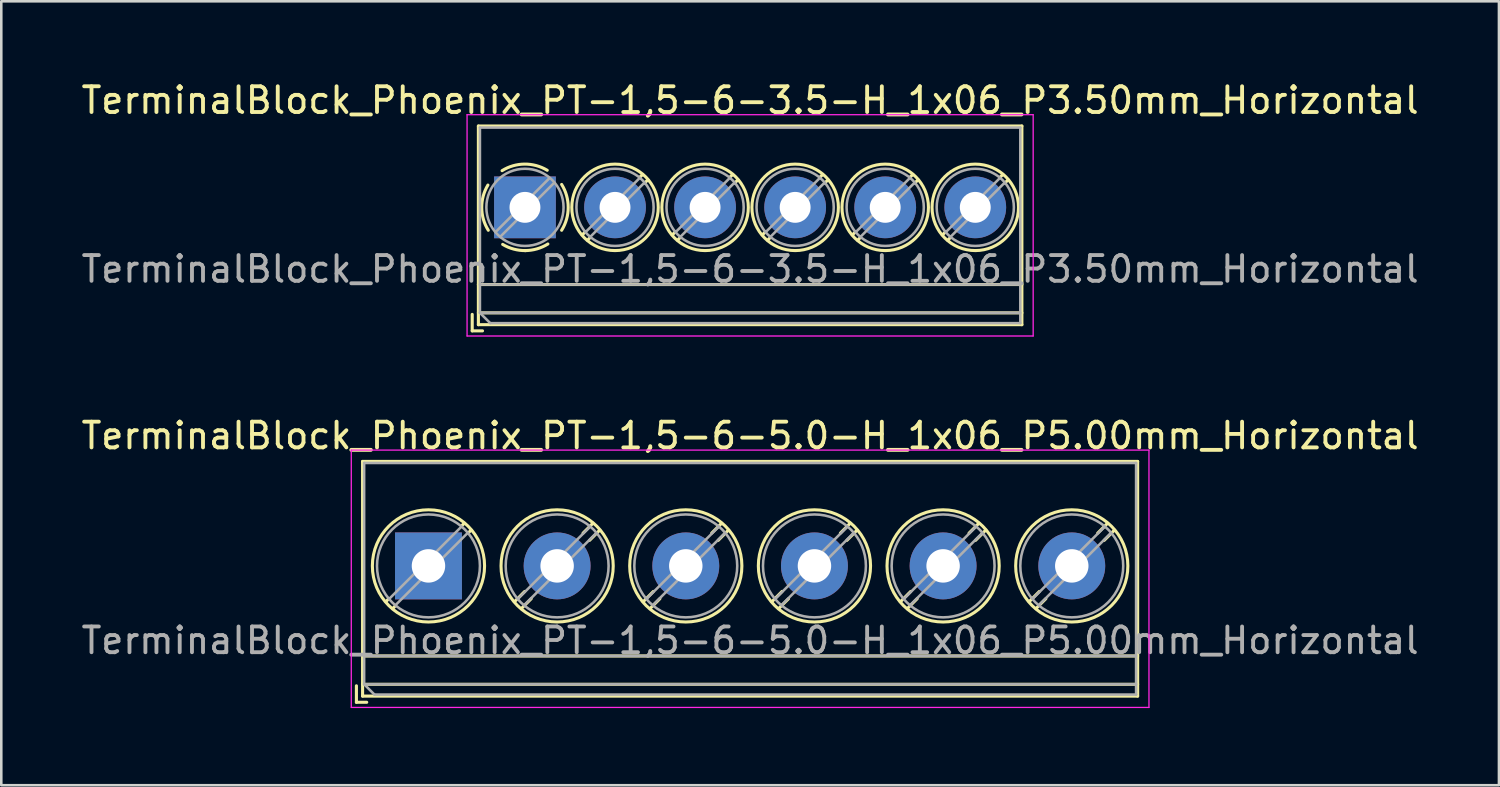
<source format=kicad_pcb>
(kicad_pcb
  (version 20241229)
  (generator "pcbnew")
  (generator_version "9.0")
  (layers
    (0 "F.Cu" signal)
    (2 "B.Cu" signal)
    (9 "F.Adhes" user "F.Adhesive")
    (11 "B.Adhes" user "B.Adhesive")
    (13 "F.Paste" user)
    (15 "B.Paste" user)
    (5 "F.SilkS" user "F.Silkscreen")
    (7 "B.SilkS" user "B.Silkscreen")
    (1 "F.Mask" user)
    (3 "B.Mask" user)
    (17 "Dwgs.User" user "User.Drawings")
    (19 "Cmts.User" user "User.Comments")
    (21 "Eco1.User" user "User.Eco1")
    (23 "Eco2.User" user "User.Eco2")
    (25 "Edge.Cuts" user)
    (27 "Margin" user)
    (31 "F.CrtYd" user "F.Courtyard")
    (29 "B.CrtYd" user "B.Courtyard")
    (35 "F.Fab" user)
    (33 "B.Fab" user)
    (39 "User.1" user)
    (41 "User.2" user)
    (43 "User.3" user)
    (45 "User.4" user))
  (footprint "TerminalBlock_Phoenix_PT-1,5-6-3.5-H_1x06_P3.50mm_Horizontal"
    (layer "F.Cu")
    (at 17.351 5.008)
    (property "Reference" "TerminalBlock_Phoenix_PT-1,5-6-3.5-H_1x06_P3.50mm_Horizontal" (at 8.75 -4.16 0) (layer "F.SilkS") (effects (font (size 1 1) (thickness 0.15))))
    (attr through_hole)
    (fp_line (start -2.05 4.16) (end -2.05 4.8) (stroke (width 0.12) (type solid)) (layer "F.SilkS"))
    (fp_line (start -2.05 4.8) (end -1.65 4.8) (stroke (width 0.12) (type solid)) (layer "F.SilkS"))
    (fp_line (start -1.81 -3.16) (end -1.81 4.56) (stroke (width 0.12) (type solid)) (layer "F.SilkS"))
    (fp_line (start -1.81 -3.16) (end 19.311 -3.16) (stroke (width 0.12) (type solid)) (layer "F.SilkS"))
    (fp_line (start -1.81 3) (end 19.311 3) (stroke (width 0.12) (type solid)) (layer "F.SilkS"))
    (fp_line (start -1.81 4.1) (end 19.311 4.1) (stroke (width 0.12) (type solid)) (layer "F.SilkS"))
    (fp_line (start -1.81 4.56) (end 19.311 4.56) (stroke (width 0.12) (type solid)) (layer "F.SilkS"))
    (fp_line (start 2.355 0.941) (end 2.226 1.069) (stroke (width 0.12) (type solid)) (layer "F.SilkS"))
    (fp_line (start 2.525 1.181) (end 2.431 1.274) (stroke (width 0.12) (type solid)) (layer "F.SilkS"))
    (fp_line (start 4.57 -1.275) (end 4.476 -1.181) (stroke (width 0.12) (type solid)) (layer "F.SilkS"))
    (fp_line (start 4.775 -1.069) (end 4.646 -0.941) (stroke (width 0.12) (type solid)) (layer "F.SilkS"))
    (fp_line (start 5.855 0.941) (end 5.726 1.069) (stroke (width 0.12) (type solid)) (layer "F.SilkS"))
    (fp_line (start 6.025 1.181) (end 5.931 1.274) (stroke (width 0.12) (type solid)) (layer "F.SilkS"))
    (fp_line (start 8.07 -1.275) (end 7.976 -1.181) (stroke (width 0.12) (type solid)) (layer "F.SilkS"))
    (fp_line (start 8.275 -1.069) (end 8.146 -0.941) (stroke (width 0.12) (type solid)) (layer "F.SilkS"))
    (fp_line (start 9.355 0.941) (end 9.226 1.069) (stroke (width 0.12) (type solid)) (layer "F.SilkS"))
    (fp_line (start 9.525 1.181) (end 9.431 1.274) (stroke (width 0.12) (type solid)) (layer "F.SilkS"))
    (fp_line (start 11.57 -1.275) (end 11.476 -1.181) (stroke (width 0.12) (type solid)) (layer "F.SilkS"))
    (fp_line (start 11.775 -1.069) (end 11.646 -0.941) (stroke (width 0.12) (type solid)) (layer "F.SilkS"))
    (fp_line (start 12.855 0.941) (end 12.726 1.069) (stroke (width 0.12) (type solid)) (layer "F.SilkS"))
    (fp_line (start 13.025 1.181) (end 12.931 1.274) (stroke (width 0.12) (type solid)) (layer "F.SilkS"))
    (fp_line (start 15.07 -1.275) (end 14.976 -1.181) (stroke (width 0.12) (type solid)) (layer "F.SilkS"))
    (fp_line (start 15.275 -1.069) (end 15.146 -0.941) (stroke (width 0.12) (type solid)) (layer "F.SilkS"))
    (fp_line (start 16.355 0.941) (end 16.226 1.069) (stroke (width 0.12) (type solid)) (layer "F.SilkS"))
    (fp_line (start 16.525 1.181) (end 16.431 1.274) (stroke (width 0.12) (type solid)) (layer "F.SilkS"))
    (fp_line (start 18.57 -1.275) (end 18.476 -1.181) (stroke (width 0.12) (type solid)) (layer "F.SilkS"))
    (fp_line (start 18.775 -1.069) (end 18.646 -0.941) (stroke (width 0.12) (type solid)) (layer "F.SilkS"))
    (fp_line (start 19.311 -3.16) (end 19.311 4.56) (stroke (width 0.12) (type solid)) (layer "F.SilkS"))
    (fp_arc (start -1.425358 0.889894) (mid -1.680286 0.014012) (end -1.44 -0.866) (stroke (width 0.12) (type solid)) (layer "F.SilkS"))
    (fp_arc (start -0.889894 -1.425358) (mid -0.014012 -1.680286) (end 0.866 -1.44) (stroke (width 0.12) (type solid)) (layer "F.SilkS"))
    (fp_arc (start 0.028674 1.680099) (mid -0.435535 1.622918) (end -0.866 1.44) (stroke (width 0.12) (type solid)) (layer "F.SilkS"))
    (fp_arc (start 0.890264 1.424721) (mid 0.463071 1.61492) (end 0 1.68) (stroke (width 0.12) (type solid)) (layer "F.SilkS"))
    (fp_arc (start 1.425504 -0.890193) (mid 1.680626 0.000476) (end 1.425 0.891) (stroke (width 0.12) (type solid)) (layer "F.SilkS"))
    (fp_circle (center 3.5 0) (end 5.18 0) (stroke (width 0.12) (type solid)) (fill no) (layer "F.SilkS"))
    (fp_circle (center 7 0) (end 8.68 0) (stroke (width 0.12) (type solid)) (fill no) (layer "F.SilkS"))
    (fp_circle (center 10.5 0) (end 12.18 0) (stroke (width 0.12) (type solid)) (fill no) (layer "F.SilkS"))
    (fp_circle (center 14 0) (end 15.68 0) (stroke (width 0.12) (type solid)) (fill no) (layer "F.SilkS"))
    (fp_circle (center 17.5 0) (end 19.18 0) (stroke (width 0.12) (type solid)) (fill no) (layer "F.SilkS"))
    (fp_line (start -2.25 -3.6) (end -2.25 5) (stroke (width 0.05) (type solid)) (layer "F.CrtYd"))
    (fp_line (start -2.25 5) (end 19.75 5) (stroke (width 0.05) (type solid)) (layer "F.CrtYd"))
    (fp_line (start 19.75 -3.6) (end -2.25 -3.6) (stroke (width 0.05) (type solid)) (layer "F.CrtYd"))
    (fp_line (start 19.75 5) (end 19.75 -3.6) (stroke (width 0.05) (type solid)) (layer "F.CrtYd"))
    (fp_line (start -1.75 -3.1) (end 19.25 -3.1) (stroke (width 0.1) (type solid)) (layer "F.Fab"))
    (fp_line (start -1.75 3) (end 19.25 3) (stroke (width 0.1) (type solid)) (layer "F.Fab"))
    (fp_line (start -1.75 4.1) (end -1.75 -3.1) (stroke (width 0.1) (type solid)) (layer "F.Fab"))
    (fp_line (start -1.75 4.1) (end 19.25 4.1) (stroke (width 0.1) (type solid)) (layer "F.Fab"))
    (fp_line (start -1.35 4.5) (end -1.75 4.1) (stroke (width 0.1) (type solid)) (layer "F.Fab"))
    (fp_line (start 0.955 -1.138) (end -1.138 0.955) (stroke (width 0.1) (type solid)) (layer "F.Fab"))
    (fp_line (start 1.138 -0.955) (end -0.955 1.138) (stroke (width 0.1) (type solid)) (layer "F.Fab"))
    (fp_line (start 4.455 -1.138) (end 2.363 0.955) (stroke (width 0.1) (type solid)) (layer "F.Fab"))
    (fp_line (start 4.638 -0.955) (end 2.546 1.138) (stroke (width 0.1) (type solid)) (layer "F.Fab"))
    (fp_line (start 7.955 -1.138) (end 5.863 0.955) (stroke (width 0.1) (type solid)) (layer "F.Fab"))
    (fp_line (start 8.138 -0.955) (end 6.046 1.138) (stroke (width 0.1) (type solid)) (layer "F.Fab"))
    (fp_line (start 11.455 -1.138) (end 9.363 0.955) (stroke (width 0.1) (type solid)) (layer "F.Fab"))
    (fp_line (start 11.638 -0.955) (end 9.546 1.138) (stroke (width 0.1) (type solid)) (layer "F.Fab"))
    (fp_line (start 14.955 -1.138) (end 12.863 0.955) (stroke (width 0.1) (type solid)) (layer "F.Fab"))
    (fp_line (start 15.138 -0.955) (end 13.046 1.138) (stroke (width 0.1) (type solid)) (layer "F.Fab"))
    (fp_line (start 18.455 -1.138) (end 16.363 0.955) (stroke (width 0.1) (type solid)) (layer "F.Fab"))
    (fp_line (start 18.638 -0.955) (end 16.546 1.138) (stroke (width 0.1) (type solid)) (layer "F.Fab"))
    (fp_line (start 19.25 -3.1) (end 19.25 4.5) (stroke (width 0.1) (type solid)) (layer "F.Fab"))
    (fp_line (start 19.25 4.5) (end -1.35 4.5) (stroke (width 0.1) (type solid)) (layer "F.Fab"))
    (fp_circle (center 0 0) (end 1.5 0) (stroke (width 0.1) (type solid)) (fill no) (layer "F.Fab"))
    (fp_circle (center 3.5 0) (end 5 0) (stroke (width 0.1) (type solid)) (fill no) (layer "F.Fab"))
    (fp_circle (center 7 0) (end 8.5 0) (stroke (width 0.1) (type solid)) (fill no) (layer "F.Fab"))
    (fp_circle (center 10.5 0) (end 12 0) (stroke (width 0.1) (type solid)) (fill no) (layer "F.Fab"))
    (fp_circle (center 14 0) (end 15.5 0) (stroke (width 0.1) (type solid)) (fill no) (layer "F.Fab"))
    (fp_circle (center 17.5 0) (end 19 0) (stroke (width 0.1) (type solid)) (fill no) (layer "F.Fab"))
    (fp_text user "${REFERENCE}" (at 8.75 2.4 0) (layer "F.Fab") (effects (font (size 1 1) (thickness 0.15))))
    (pad "1" thru_hole rect (at 0 0) (size 2.4 2.4) (drill 1.2) (layers "*.Cu" "*.Mask"))
    (pad "2" thru_hole circle (at 3.5 0) (size 2.4 2.4) (drill 1.2) (layers "*.Cu" "*.Mask"))
    (pad "3" thru_hole circle (at 7 0) (size 2.4 2.4) (drill 1.2) (layers "*.Cu" "*.Mask"))
    (pad "4" thru_hole circle (at 10.5 0) (size 2.4 2.4) (drill 1.2) (layers "*.Cu" "*.Mask"))
    (pad "5" thru_hole circle (at 14 0) (size 2.4 2.4) (drill 1.2) (layers "*.Cu" "*.Mask"))
    (pad "6" thru_hole circle (at 17.5 0) (size 2.4 2.4) (drill 1.2) (layers "*.Cu" "*.Mask")))
  (footprint "TerminalBlock_Phoenix_PT-1,5-6-5.0-H_1x06_P5.00mm_Horizontal"
    (layer "F.Cu")
    (at 13.601 18.942)
    (property "Reference" "TerminalBlock_Phoenix_PT-1,5-6-5.0-H_1x06_P5.00mm_Horizontal" (at 12.5 -5.06 0) (layer "F.SilkS") (effects (font (size 1 1) (thickness 0.15))))
    (attr through_hole)
    (fp_line (start -2.8 4.66) (end -2.8 5.3) (stroke (width 0.12) (type solid)) (layer "F.SilkS"))
    (fp_line (start -2.8 5.3) (end -2.4 5.3) (stroke (width 0.12) (type solid)) (layer "F.SilkS"))
    (fp_line (start -2.56 -4.06) (end -2.56 5.06) (stroke (width 0.12) (type solid)) (layer "F.SilkS"))
    (fp_line (start -2.56 -4.06) (end 27.56 -4.06) (stroke (width 0.12) (type solid)) (layer "F.SilkS"))
    (fp_line (start -2.56 3.5) (end 27.56 3.5) (stroke (width 0.12) (type solid)) (layer "F.SilkS"))
    (fp_line (start -2.56 4.6) (end 27.56 4.6) (stroke (width 0.12) (type solid)) (layer "F.SilkS"))
    (fp_line (start -2.56 5.06) (end 27.56 5.06) (stroke (width 0.12) (type solid)) (layer "F.SilkS"))
    (fp_line (start -1.548 1.281) (end -1.654 1.388) (stroke (width 0.12) (type solid)) (layer "F.SilkS"))
    (fp_line (start -1.282 1.547) (end -1.388 1.654) (stroke (width 0.12) (type solid)) (layer "F.SilkS"))
    (fp_line (start 1.388 -1.654) (end 1.281 -1.547) (stroke (width 0.12) (type solid)) (layer "F.SilkS"))
    (fp_line (start 1.654 -1.388) (end 1.547 -1.281) (stroke (width 0.12) (type solid)) (layer "F.SilkS"))
    (fp_line (start 3.742 0.992) (end 3.347 1.388) (stroke (width 0.12) (type solid)) (layer "F.SilkS"))
    (fp_line (start 3.993 1.274) (end 3.613 1.654) (stroke (width 0.12) (type solid)) (layer "F.SilkS"))
    (fp_line (start 6.388 -1.654) (end 6.008 -1.274) (stroke (width 0.12) (type solid)) (layer "F.SilkS"))
    (fp_line (start 6.654 -1.388) (end 6.259 -0.992) (stroke (width 0.12) (type solid)) (layer "F.SilkS"))
    (fp_line (start 8.742 0.992) (end 8.347 1.388) (stroke (width 0.12) (type solid)) (layer "F.SilkS"))
    (fp_line (start 8.993 1.274) (end 8.613 1.654) (stroke (width 0.12) (type solid)) (layer "F.SilkS"))
    (fp_line (start 11.388 -1.654) (end 11.008 -1.274) (stroke (width 0.12) (type solid)) (layer "F.SilkS"))
    (fp_line (start 11.654 -1.388) (end 11.259 -0.992) (stroke (width 0.12) (type solid)) (layer "F.SilkS"))
    (fp_line (start 13.742 0.992) (end 13.347 1.388) (stroke (width 0.12) (type solid)) (layer "F.SilkS"))
    (fp_line (start 13.993 1.274) (end 13.613 1.654) (stroke (width 0.12) (type solid)) (layer "F.SilkS"))
    (fp_line (start 16.388 -1.654) (end 16.008 -1.274) (stroke (width 0.12) (type solid)) (layer "F.SilkS"))
    (fp_line (start 16.654 -1.388) (end 16.259 -0.992) (stroke (width 0.12) (type solid)) (layer "F.SilkS"))
    (fp_line (start 18.742 0.992) (end 18.347 1.388) (stroke (width 0.12) (type solid)) (layer "F.SilkS"))
    (fp_line (start 18.993 1.274) (end 18.613 1.654) (stroke (width 0.12) (type solid)) (layer "F.SilkS"))
    (fp_line (start 21.388 -1.654) (end 21.008 -1.274) (stroke (width 0.12) (type solid)) (layer "F.SilkS"))
    (fp_line (start 21.654 -1.388) (end 21.259 -0.992) (stroke (width 0.12) (type solid)) (layer "F.SilkS"))
    (fp_line (start 23.742 0.992) (end 23.347 1.388) (stroke (width 0.12) (type solid)) (layer "F.SilkS"))
    (fp_line (start 23.993 1.274) (end 23.613 1.654) (stroke (width 0.12) (type solid)) (layer "F.SilkS"))
    (fp_line (start 26.388 -1.654) (end 26.008 -1.274) (stroke (width 0.12) (type solid)) (layer "F.SilkS"))
    (fp_line (start 26.654 -1.388) (end 26.259 -0.992) (stroke (width 0.12) (type solid)) (layer "F.SilkS"))
    (fp_line (start 27.56 -4.06) (end 27.56 5.06) (stroke (width 0.12) (type solid)) (layer "F.SilkS"))
    (fp_circle (center 0 0) (end 2.18 0) (stroke (width 0.12) (type solid)) (fill no) (layer "F.SilkS"))
    (fp_circle (center 5 0) (end 7.18 0) (stroke (width 0.12) (type solid)) (fill no) (layer "F.SilkS"))
    (fp_circle (center 10 0) (end 12.18 0) (stroke (width 0.12) (type solid)) (fill no) (layer "F.SilkS"))
    (fp_circle (center 15 0) (end 17.18 0) (stroke (width 0.12) (type solid)) (fill no) (layer "F.SilkS"))
    (fp_circle (center 20 0) (end 22.18 0) (stroke (width 0.12) (type solid)) (fill no) (layer "F.SilkS"))
    (fp_circle (center 25 0) (end 27.18 0) (stroke (width 0.12) (type solid)) (fill no) (layer "F.SilkS"))
    (fp_line (start -3 -4.5) (end -3 5.5) (stroke (width 0.05) (type solid)) (layer "F.CrtYd"))
    (fp_line (start -3 5.5) (end 28 5.5) (stroke (width 0.05) (type solid)) (layer "F.CrtYd"))
    (fp_line (start 28 -4.5) (end -3 -4.5) (stroke (width 0.05) (type solid)) (layer "F.CrtYd"))
    (fp_line (start 28 5.5) (end 28 -4.5) (stroke (width 0.05) (type solid)) (layer "F.CrtYd"))
    (fp_line (start -2.5 -4) (end 27.5 -4) (stroke (width 0.1) (type solid)) (layer "F.Fab"))
    (fp_line (start -2.5 3.5) (end 27.5 3.5) (stroke (width 0.1) (type solid)) (layer "F.Fab"))
    (fp_line (start -2.5 4.6) (end -2.5 -4) (stroke (width 0.1) (type solid)) (layer "F.Fab"))
    (fp_line (start -2.5 4.6) (end 27.5 4.6) (stroke (width 0.1) (type solid)) (layer "F.Fab"))
    (fp_line (start -2.1 5) (end -2.5 4.6) (stroke (width 0.1) (type solid)) (layer "F.Fab"))
    (fp_line (start 1.273 -1.517) (end -1.517 1.273) (stroke (width 0.1) (type solid)) (layer "F.Fab"))
    (fp_line (start 1.517 -1.273) (end -1.273 1.517) (stroke (width 0.1) (type solid)) (layer "F.Fab"))
    (fp_line (start 6.273 -1.517) (end 3.484 1.273) (stroke (width 0.1) (type solid)) (layer "F.Fab"))
    (fp_line (start 6.517 -1.273) (end 3.728 1.517) (stroke (width 0.1) (type solid)) (layer "F.Fab"))
    (fp_line (start 11.273 -1.517) (end 8.484 1.273) (stroke (width 0.1) (type solid)) (layer "F.Fab"))
    (fp_line (start 11.517 -1.273) (end 8.728 1.517) (stroke (width 0.1) (type solid)) (layer "F.Fab"))
    (fp_line (start 16.273 -1.517) (end 13.484 1.273) (stroke (width 0.1) (type solid)) (layer "F.Fab"))
    (fp_line (start 16.517 -1.273) (end 13.728 1.517) (stroke (width 0.1) (type solid)) (layer "F.Fab"))
    (fp_line (start 21.273 -1.517) (end 18.484 1.273) (stroke (width 0.1) (type solid)) (layer "F.Fab"))
    (fp_line (start 21.517 -1.273) (end 18.728 1.517) (stroke (width 0.1) (type solid)) (layer "F.Fab"))
    (fp_line (start 26.273 -1.517) (end 23.484 1.273) (stroke (width 0.1) (type solid)) (layer "F.Fab"))
    (fp_line (start 26.517 -1.273) (end 23.728 1.517) (stroke (width 0.1) (type solid)) (layer "F.Fab"))
    (fp_line (start 27.5 -4) (end 27.5 5) (stroke (width 0.1) (type solid)) (layer "F.Fab"))
    (fp_line (start 27.5 5) (end -2.1 5) (stroke (width 0.1) (type solid)) (layer "F.Fab"))
    (fp_circle (center 0 0) (end 2 0) (stroke (width 0.1) (type solid)) (fill no) (layer "F.Fab"))
    (fp_circle (center 5 0) (end 7 0) (stroke (width 0.1) (type solid)) (fill no) (layer "F.Fab"))
    (fp_circle (center 10 0) (end 12 0) (stroke (width 0.1) (type solid)) (fill no) (layer "F.Fab"))
    (fp_circle (center 15 0) (end 17 0) (stroke (width 0.1) (type solid)) (fill no) (layer "F.Fab"))
    (fp_circle (center 20 0) (end 22 0) (stroke (width 0.1) (type solid)) (fill no) (layer "F.Fab"))
    (fp_circle (center 25 0) (end 27 0) (stroke (width 0.1) (type solid)) (fill no) (layer "F.Fab"))
    (fp_text user "${REFERENCE}" (at 12.5 2.9 0) (layer "F.Fab") (effects (font (size 1 1) (thickness 0.15))))
    (pad "1" thru_hole rect (at 0 0) (size 2.6 2.6) (drill 1.3) (layers "*.Cu" "*.Mask"))
    (pad "2" thru_hole circle (at 5 0) (size 2.6 2.6) (drill 1.3) (layers "*.Cu" "*.Mask"))
    (pad "3" thru_hole circle (at 10 0) (size 2.6 2.6) (drill 1.3) (layers "*.Cu" "*.Mask"))
    (pad "4" thru_hole circle (at 15 0) (size 2.6 2.6) (drill 1.3) (layers "*.Cu" "*.Mask"))
    (pad "5" thru_hole circle (at 20 0) (size 2.6 2.6) (drill 1.3) (layers "*.Cu" "*.Mask"))
    (pad "6" thru_hole circle (at 25 0) (size 2.6 2.6) (drill 1.3) (layers "*.Cu" "*.Mask")))
  (gr_rect
    (start -3 -3)
    (end 55.202 27.466)
    (stroke (width 0.1) (type default))
    (fill no)
    (layer "Edge.Cuts")))
</source>
